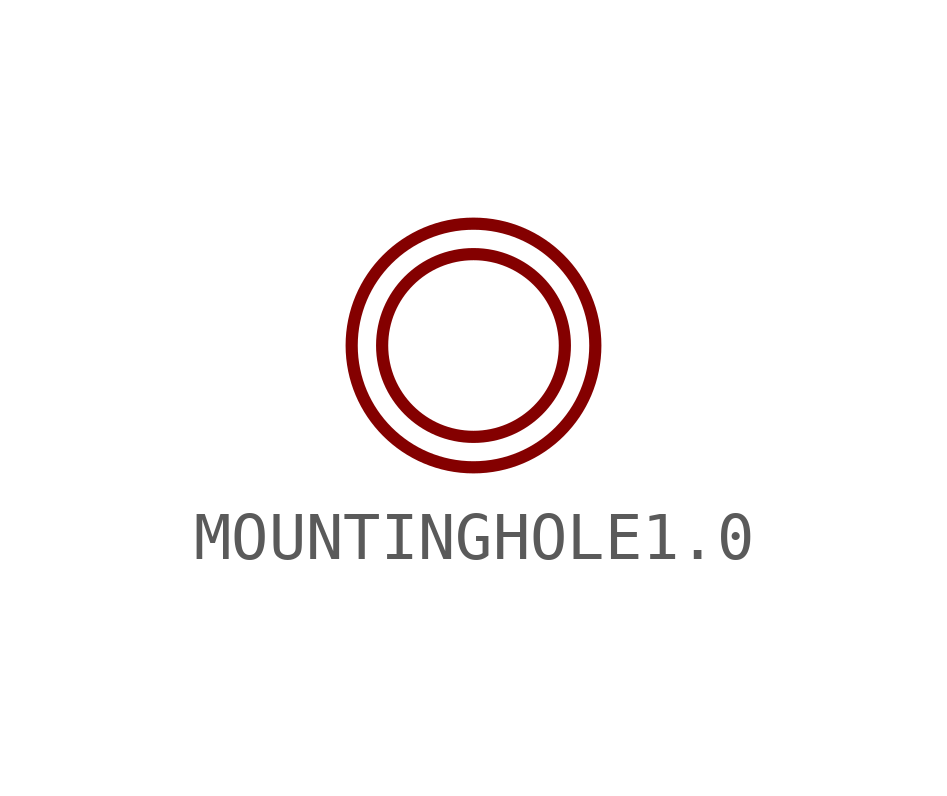
<source format=kicad_sym>
(kicad_symbol_lib
  (version 20201005)
  (generator kicad_symbol_editor)
  (symbol "MOUNTINGHOLE1.0"
    (property "Reference" ""
      (at 0 0 0)
      (effects (font (size 1.27 1.27)) hide))
    (property "ki_locked" ""
      (at 0 0 0)
      (effects (font (size 1.27 1.27))))
    (symbol "MOUNTINGHOLE1.0_1_0"
      (circle (center 0 0) (radius 1.905) (stroke (width 0.254)) (fill (type none)))
      (circle (center 0 0) (radius 2.54) (stroke (width 0.254)) (fill (type none))))))
</source>
